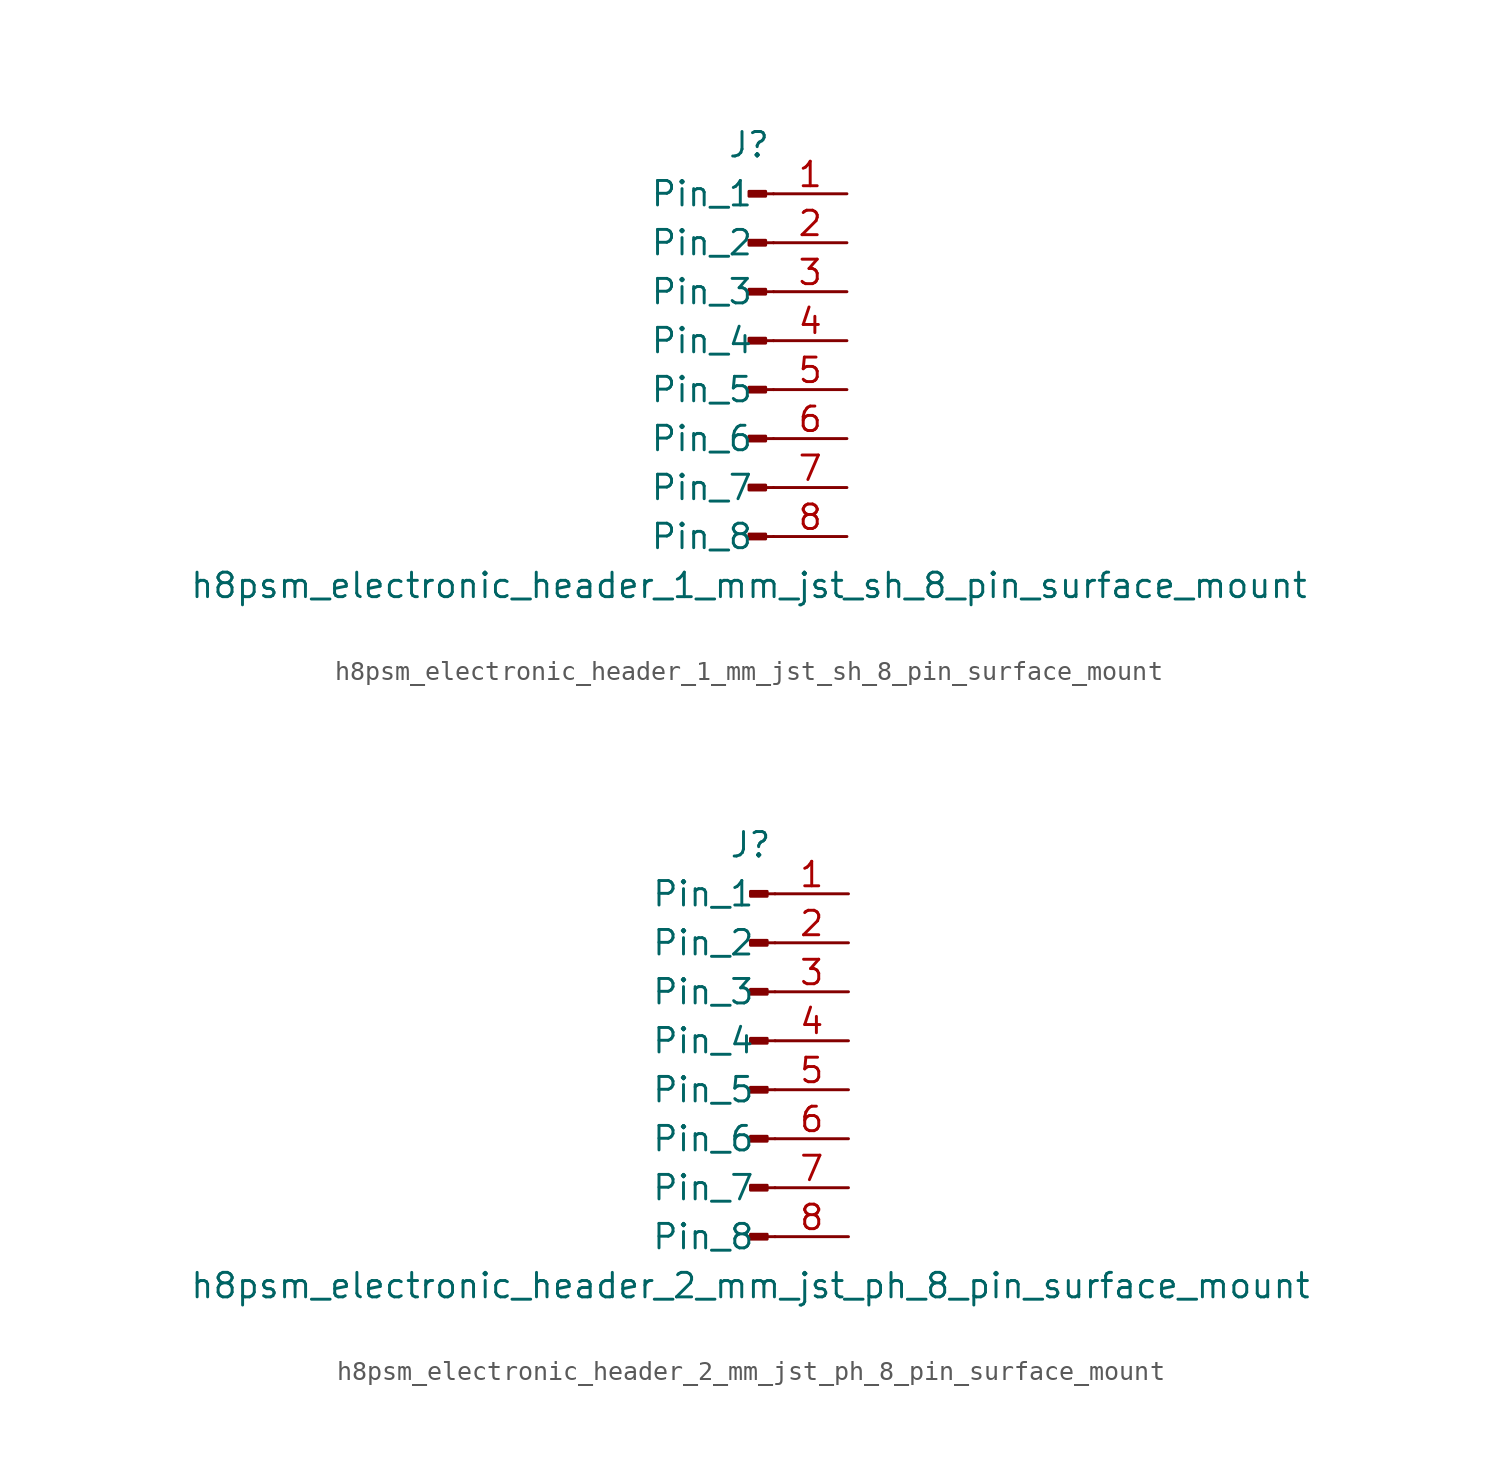
<source format=kicad_sym>
(kicad_symbol_lib
  (version 20220914)
  (generator kicad_symbol_editor)
  (symbol "h8psm_electronic_header_1_mm_jst_sh_8_pin_surface_mount"
    (pin_names
      (offset 1.016))
    (property "Reference" "J"
      (at 0 10.16 0)
      (effects (font (size 1.27 1.27))))
    (property "Value" "h8psm_electronic_header_1_mm_jst_sh_8_pin_surface_mount"
      (at 0 -12.7 0)
      (effects (font (size 1.27 1.27))))
    (property "ki_locked" ""
      (at 0 0 0)
      (effects (font (size 1.27 1.27))))
    (symbol "h8psm_electronic_header_1_mm_jst_sh_8_pin_surface_mount_1_1"
      (polyline (pts (xy 1.27 -10.16) (xy 0.864 -10.16)) (stroke (width 0.152) (type default)) (fill (type none)))
      (polyline (pts (xy 1.27 -7.62) (xy 0.864 -7.62)) (stroke (width 0.152) (type default)) (fill (type none)))
      (polyline (pts (xy 1.27 -5.08) (xy 0.864 -5.08)) (stroke (width 0.152) (type default)) (fill (type none)))
      (polyline (pts (xy 1.27 -2.54) (xy 0.864 -2.54)) (stroke (width 0.152) (type default)) (fill (type none)))
      (polyline (pts (xy 1.27 0) (xy 0.864 0)) (stroke (width 0.152) (type default)) (fill (type none)))
      (polyline (pts (xy 1.27 2.54) (xy 0.864 2.54)) (stroke (width 0.152) (type default)) (fill (type none)))
      (polyline (pts (xy 1.27 5.08) (xy 0.864 5.08)) (stroke (width 0.152) (type default)) (fill (type none)))
      (polyline (pts (xy 1.27 7.62) (xy 0.864 7.62)) (stroke (width 0.152) (type default)) (fill (type none)))
      (rectangle (start 0.864 -10.033) (end 0 -10.287) (stroke (width 0.152) (type default)) (fill (type outline)))
      (rectangle (start 0.864 -7.493) (end 0 -7.747) (stroke (width 0.152) (type default)) (fill (type outline)))
      (rectangle (start 0.864 -4.953) (end 0 -5.207) (stroke (width 0.152) (type default)) (fill (type outline)))
      (rectangle (start 0.864 -2.413) (end 0 -2.667) (stroke (width 0.152) (type default)) (fill (type outline)))
      (rectangle (start 0.864 0.127) (end 0 -0.127) (stroke (width 0.152) (type default)) (fill (type outline)))
      (rectangle (start 0.864 2.667) (end 0 2.413) (stroke (width 0.152) (type default)) (fill (type outline)))
      (rectangle (start 0.864 5.207) (end 0 4.953) (stroke (width 0.152) (type default)) (fill (type outline)))
      (rectangle (start 0.864 7.747) (end 0 7.493) (stroke (width 0.152) (type default)) (fill (type outline)))
      (pin passive line (at 5.08 7.62 180) (length 3.81) (name "Pin_1" (effects (font (size 1.27 1.27)))) (number "1" (effects (font (size 1.27 1.27)))))
      (pin passive line (at 5.08 5.08 180) (length 3.81) (name "Pin_2" (effects (font (size 1.27 1.27)))) (number "2" (effects (font (size 1.27 1.27)))))
      (pin passive line (at 5.08 2.54 180) (length 3.81) (name "Pin_3" (effects (font (size 1.27 1.27)))) (number "3" (effects (font (size 1.27 1.27)))))
      (pin passive line (at 5.08 0 180) (length 3.81) (name "Pin_4" (effects (font (size 1.27 1.27)))) (number "4" (effects (font (size 1.27 1.27)))))
      (pin passive line (at 5.08 -2.54 180) (length 3.81) (name "Pin_5" (effects (font (size 1.27 1.27)))) (number "5" (effects (font (size 1.27 1.27)))))
      (pin passive line (at 5.08 -5.08 180) (length 3.81) (name "Pin_6" (effects (font (size 1.27 1.27)))) (number "6" (effects (font (size 1.27 1.27)))))
      (pin passive line (at 5.08 -7.62 180) (length 3.81) (name "Pin_7" (effects (font (size 1.27 1.27)))) (number "7" (effects (font (size 1.27 1.27)))))
      (pin passive line (at 5.08 -10.16 180) (length 3.81) (name "Pin_8" (effects (font (size 1.27 1.27)))) (number "8" (effects (font (size 1.27 1.27)))))))
  (symbol "h8psm_electronic_header_2_mm_jst_ph_8_pin_surface_mount"
    (pin_names
      (offset 1.016))
    (property "Reference" "J"
      (at 0 10.16 0)
      (effects (font (size 1.27 1.27))))
    (property "Value" "h8psm_electronic_header_2_mm_jst_ph_8_pin_surface_mount"
      (at 0 -12.7 0)
      (effects (font (size 1.27 1.27))))
    (property "ki_locked" ""
      (at 0 0 0)
      (effects (font (size 1.27 1.27))))
    (symbol "h8psm_electronic_header_2_mm_jst_ph_8_pin_surface_mount_1_1"
      (polyline (pts (xy 1.27 -10.16) (xy 0.864 -10.16)) (stroke (width 0.152) (type default)) (fill (type none)))
      (polyline (pts (xy 1.27 -7.62) (xy 0.864 -7.62)) (stroke (width 0.152) (type default)) (fill (type none)))
      (polyline (pts (xy 1.27 -5.08) (xy 0.864 -5.08)) (stroke (width 0.152) (type default)) (fill (type none)))
      (polyline (pts (xy 1.27 -2.54) (xy 0.864 -2.54)) (stroke (width 0.152) (type default)) (fill (type none)))
      (polyline (pts (xy 1.27 0) (xy 0.864 0)) (stroke (width 0.152) (type default)) (fill (type none)))
      (polyline (pts (xy 1.27 2.54) (xy 0.864 2.54)) (stroke (width 0.152) (type default)) (fill (type none)))
      (polyline (pts (xy 1.27 5.08) (xy 0.864 5.08)) (stroke (width 0.152) (type default)) (fill (type none)))
      (polyline (pts (xy 1.27 7.62) (xy 0.864 7.62)) (stroke (width 0.152) (type default)) (fill (type none)))
      (rectangle (start 0.864 -10.033) (end 0 -10.287) (stroke (width 0.152) (type default)) (fill (type outline)))
      (rectangle (start 0.864 -7.493) (end 0 -7.747) (stroke (width 0.152) (type default)) (fill (type outline)))
      (rectangle (start 0.864 -4.953) (end 0 -5.207) (stroke (width 0.152) (type default)) (fill (type outline)))
      (rectangle (start 0.864 -2.413) (end 0 -2.667) (stroke (width 0.152) (type default)) (fill (type outline)))
      (rectangle (start 0.864 0.127) (end 0 -0.127) (stroke (width 0.152) (type default)) (fill (type outline)))
      (rectangle (start 0.864 2.667) (end 0 2.413) (stroke (width 0.152) (type default)) (fill (type outline)))
      (rectangle (start 0.864 5.207) (end 0 4.953) (stroke (width 0.152) (type default)) (fill (type outline)))
      (rectangle (start 0.864 7.747) (end 0 7.493) (stroke (width 0.152) (type default)) (fill (type outline)))
      (pin passive line (at 5.08 7.62 180) (length 3.81) (name "Pin_1" (effects (font (size 1.27 1.27)))) (number "1" (effects (font (size 1.27 1.27)))))
      (pin passive line (at 5.08 5.08 180) (length 3.81) (name "Pin_2" (effects (font (size 1.27 1.27)))) (number "2" (effects (font (size 1.27 1.27)))))
      (pin passive line (at 5.08 2.54 180) (length 3.81) (name "Pin_3" (effects (font (size 1.27 1.27)))) (number "3" (effects (font (size 1.27 1.27)))))
      (pin passive line (at 5.08 0 180) (length 3.81) (name "Pin_4" (effects (font (size 1.27 1.27)))) (number "4" (effects (font (size 1.27 1.27)))))
      (pin passive line (at 5.08 -2.54 180) (length 3.81) (name "Pin_5" (effects (font (size 1.27 1.27)))) (number "5" (effects (font (size 1.27 1.27)))))
      (pin passive line (at 5.08 -5.08 180) (length 3.81) (name "Pin_6" (effects (font (size 1.27 1.27)))) (number "6" (effects (font (size 1.27 1.27)))))
      (pin passive line (at 5.08 -7.62 180) (length 3.81) (name "Pin_7" (effects (font (size 1.27 1.27)))) (number "7" (effects (font (size 1.27 1.27)))))
      (pin passive line (at 5.08 -10.16 180) (length 3.81) (name "Pin_8" (effects (font (size 1.27 1.27)))) (number "8" (effects (font (size 1.27 1.27))))))))
</source>
